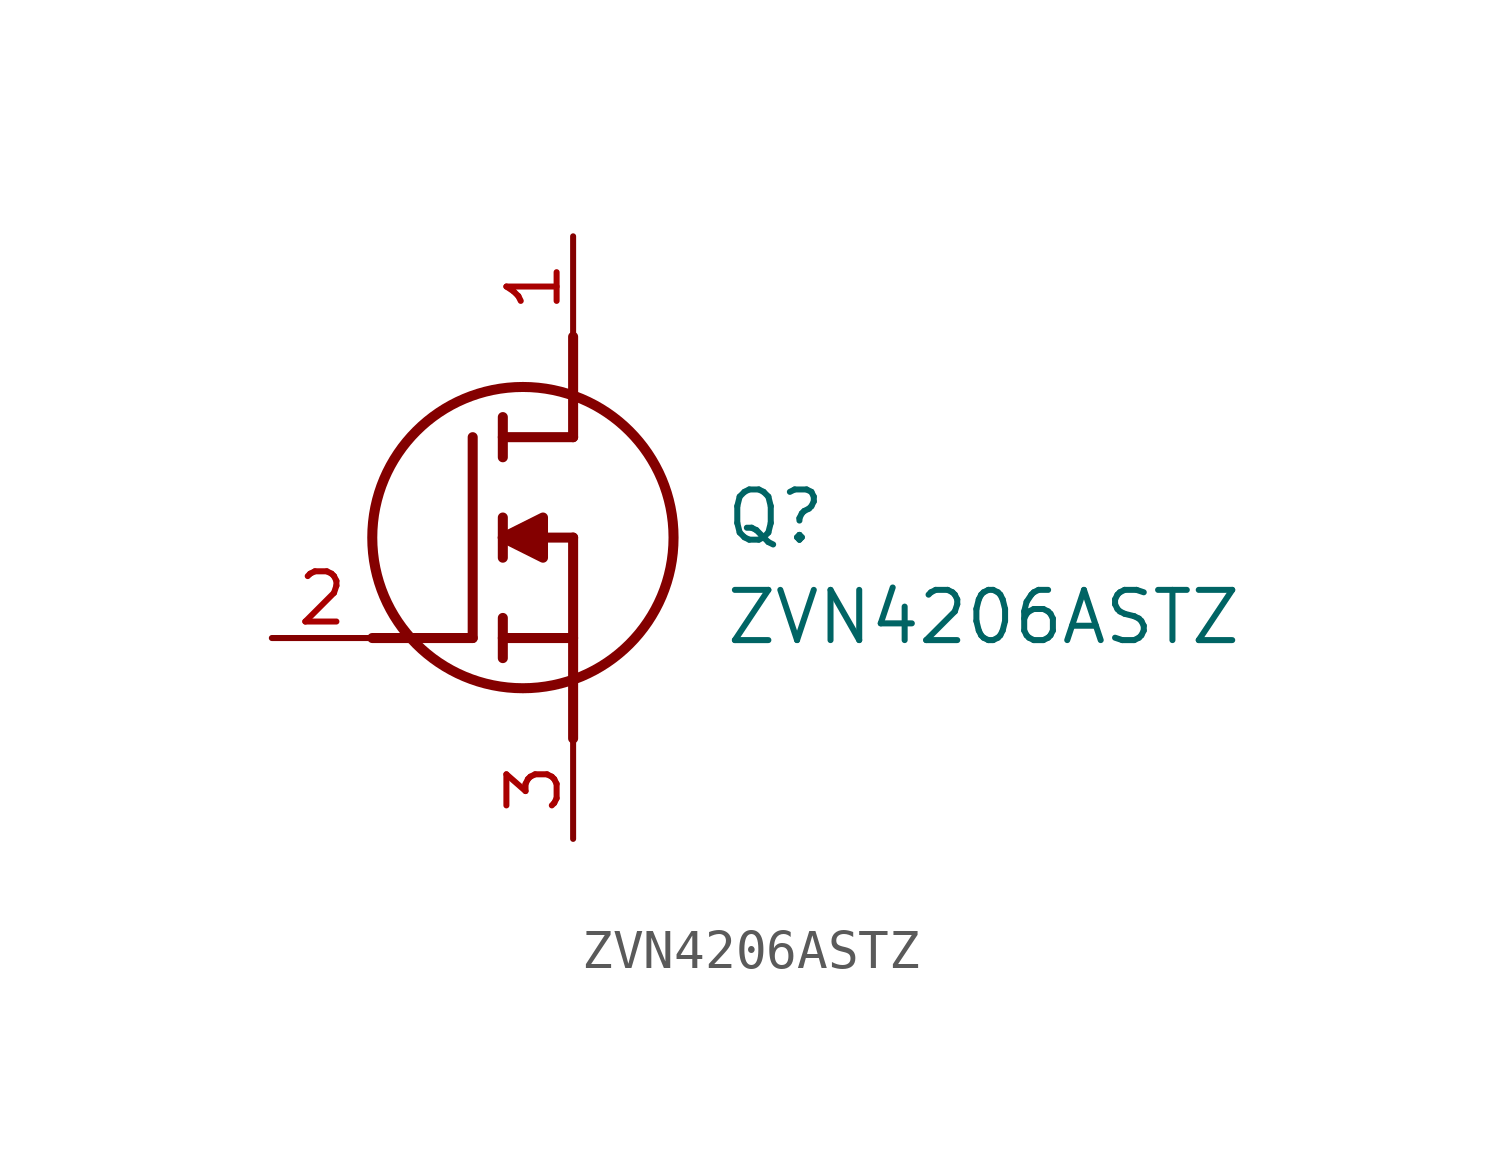
<source format=kicad_sym>
(kicad_symbol_lib
  (version 20211014)
  (generator SamacSys_ECAD_Model)
  (symbol "ZVN4206ASTZ"
    (pin_names hide)
    (property "Reference" "Q"
      (at 11.43 3.81 0)
      (effects (font (size 1.27 1.27)) (justify left top)))
    (property "Value" "ZVN4206ASTZ"
      (at 11.43 1.27 0)
      (effects (font (size 1.27 1.27)) (justify left top)))
    (polyline
      (pts (xy 7.62 2.54) (xy 7.62 -2.54))
      (stroke (width 0.254) (type default))
      (fill (type none)))
    (polyline
      (pts (xy 7.62 5.08) (xy 7.62 7.62))
      (stroke (width 0.254) (type default))
      (fill (type none)))
    (polyline
      (pts (xy 2.54 0) (xy 5.08 0))
      (stroke (width 0.254) (type default))
      (fill (type none)))
    (polyline
      (pts (xy 5.08 5.08) (xy 5.08 0))
      (stroke (width 0.254) (type default))
      (fill (type none)))
    (polyline
      (pts (xy 7.62 2.54) (xy 5.842 2.54))
      (stroke (width 0.254) (type default))
      (fill (type none)))
    (polyline
      (pts (xy 7.62 5.08) (xy 5.842 5.08))
      (stroke (width 0.254) (type default))
      (fill (type none)))
    (polyline
      (pts (xy 5.842 0) (xy 7.62 0))
      (stroke (width 0.254) (type default))
      (fill (type none)))
    (polyline
      (pts (xy 5.842 5.588) (xy 5.842 4.572))
      (stroke (width 0.254) (type default))
      (fill (type none)))
    (polyline
      (pts (xy 5.842 -0.508) (xy 5.842 0.508))
      (stroke (width 0.254) (type default))
      (fill (type none)))
    (polyline
      (pts (xy 5.842 2.032) (xy 5.842 3.048))
      (stroke (width 0.254) (type default))
      (fill (type none)))
    (circle
      (center 6.35 2.54)
      (radius 3.81)
      (stroke (width 0.254) (type default))
      (fill (type none)))
    (polyline
      (pts (xy 5.842 2.54) (xy 6.858 3.048) (xy 6.858 2.032) (xy 5.842 2.54))
      (stroke (width 0.254) (type default))
      (fill (type outline)))
    (pin passive line
      (at 0 0 0)
      (length 2.54)
      (name "G" (effects (font (size 1.27 1.27))))
      (number "2" (effects (font (size 1.27 1.27)))))
    (pin passive line
      (at 7.62 10.16 270)
      (length 2.54)
      (name "D" (effects (font (size 1.27 1.27))))
      (number "1" (effects (font (size 1.27 1.27)))))
    (pin passive line
      (at 7.62 -5.08 90)
      (length 2.54)
      (name "S" (effects (font (size 1.27 1.27))))
      (number "3" (effects (font (size 1.27 1.27)))))))
</source>
